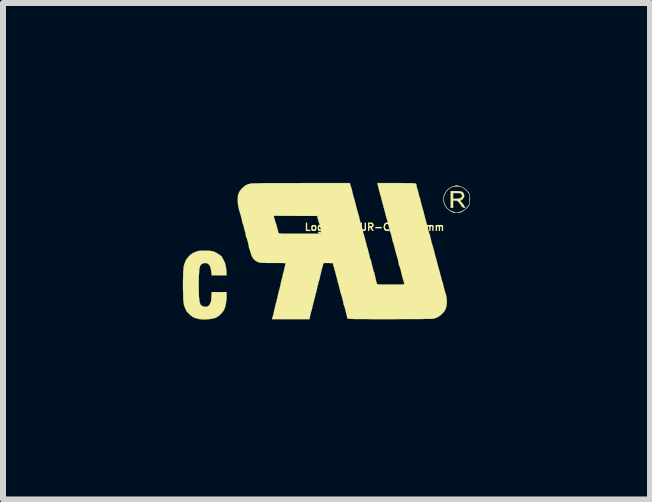
<source format=kicad_pcb>
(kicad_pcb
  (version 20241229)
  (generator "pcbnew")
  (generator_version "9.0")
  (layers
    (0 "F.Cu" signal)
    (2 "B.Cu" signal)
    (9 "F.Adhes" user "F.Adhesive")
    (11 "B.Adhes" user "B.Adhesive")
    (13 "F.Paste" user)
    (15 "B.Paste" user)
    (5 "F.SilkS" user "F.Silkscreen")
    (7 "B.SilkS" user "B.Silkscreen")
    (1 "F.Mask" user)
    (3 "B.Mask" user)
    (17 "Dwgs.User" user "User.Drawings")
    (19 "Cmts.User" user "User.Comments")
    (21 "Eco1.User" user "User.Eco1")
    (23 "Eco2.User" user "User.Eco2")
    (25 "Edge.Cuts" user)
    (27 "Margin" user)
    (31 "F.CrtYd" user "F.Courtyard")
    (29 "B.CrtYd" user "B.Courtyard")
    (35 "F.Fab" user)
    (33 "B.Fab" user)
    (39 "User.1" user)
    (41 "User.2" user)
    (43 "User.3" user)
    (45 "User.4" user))
  (footprint "Logo_silk_UR-C_5x2.5mm"
    (layer "F.Cu")
    (at 2.394 1.137)
    (property "Reference" "Logo_silk_UR-C_5x2.5mm" (at 0.8 -0.4 0) (layer "F.SilkS") (effects (font (size 0.119 0.119) (thickness 0.023))))
    (attr through_hole)
    (fp_poly (pts (xy 2.316 -0.729) (xy 2.311 -0.724) (xy 2.299 -0.724) (xy 2.281 -0.726) (xy 2.268 -0.732) (xy 2.266 -0.734) (xy 2.253 -0.749) (xy 2.243 -0.765) (xy 2.233 -0.782) (xy 2.217 -0.8) (xy 2.207 -0.813) (xy 2.189 -0.831) (xy 2.177 -0.838) (xy 2.162 -0.841) (xy 2.144 -0.841) (xy 2.111 -0.841) (xy 2.111 -0.782) (xy 2.111 -0.721) (xy 2.09 -0.721) (xy 2.07 -0.721) (xy 2.07 -0.861) (xy 2.07 -1.001) (xy 2.151 -1.001) (xy 2.195 -1.001) (xy 2.228 -0.998) (xy 2.253 -0.991) (xy 2.271 -0.983) (xy 2.283 -0.968) (xy 2.286 -0.963) (xy 2.296 -0.93) (xy 2.294 -0.902) (xy 2.276 -0.874) (xy 2.261 -0.859) (xy 2.261 -0.917) (xy 2.258 -0.937) (xy 2.248 -0.95) (xy 2.238 -0.96) (xy 2.228 -0.965) (xy 2.215 -0.968) (xy 2.195 -0.968) (xy 2.172 -0.968) (xy 2.111 -0.968) (xy 2.111 -0.919) (xy 2.111 -0.871) (xy 2.162 -0.874) (xy 2.189 -0.874) (xy 2.215 -0.879) (xy 2.23 -0.881) (xy 2.253 -0.899) (xy 2.261 -0.917) (xy 2.261 -0.859) (xy 2.245 -0.848) (xy 2.24 -0.846) (xy 2.233 -0.843) (xy 2.23 -0.838) (xy 2.235 -0.831) (xy 2.25 -0.815) (xy 2.253 -0.813) (xy 2.271 -0.792) (xy 2.286 -0.772) (xy 2.291 -0.759) (xy 2.301 -0.744) (xy 2.309 -0.737) (xy 2.316 -0.732) (xy 2.316 -0.729)) (stroke (width 0.003) (type solid)) (fill yes) (layer "F.SilkS"))
    (fp_poly (pts (xy 2.393 -0.869) (xy 2.39 -0.823) (xy 2.385 -0.787) (xy 2.385 -0.861) (xy 2.385 -0.866) (xy 2.385 -0.899) (xy 2.385 -0.922) (xy 2.383 -0.937) (xy 2.377 -0.953) (xy 2.37 -0.965) (xy 2.367 -0.968) (xy 2.347 -0.993) (xy 2.322 -1.021) (xy 2.291 -1.046) (xy 2.261 -1.064) (xy 2.256 -1.067) (xy 2.23 -1.074) (xy 2.195 -1.077) (xy 2.156 -1.077) (xy 2.121 -1.074) (xy 2.088 -1.064) (xy 2.08 -1.062) (xy 2.04 -1.036) (xy 2.004 -1.001) (xy 1.976 -0.955) (xy 1.958 -0.904) (xy 1.953 -0.859) (xy 1.961 -0.813) (xy 1.981 -0.765) (xy 2.009 -0.721) (xy 2.019 -0.711) (xy 2.04 -0.691) (xy 2.068 -0.676) (xy 2.093 -0.663) (xy 2.116 -0.655) (xy 2.121 -0.655) (xy 2.134 -0.653) (xy 2.141 -0.65) (xy 2.149 -0.645) (xy 2.167 -0.643) (xy 2.174 -0.643) (xy 2.192 -0.645) (xy 2.205 -0.648) (xy 2.207 -0.65) (xy 2.215 -0.655) (xy 2.225 -0.655) (xy 2.248 -0.66) (xy 2.273 -0.676) (xy 2.304 -0.693) (xy 2.332 -0.719) (xy 2.355 -0.744) (xy 2.367 -0.762) (xy 2.375 -0.777) (xy 2.38 -0.79) (xy 2.383 -0.808) (xy 2.385 -0.828) (xy 2.385 -0.861) (xy 2.385 -0.787) (xy 2.375 -0.757) (xy 2.357 -0.732) (xy 2.332 -0.709) (xy 2.294 -0.681) (xy 2.286 -0.673) (xy 2.261 -0.658) (xy 2.243 -0.648) (xy 2.225 -0.643) (xy 2.202 -0.64) (xy 2.189 -0.64) (xy 2.164 -0.64) (xy 2.139 -0.64) (xy 2.123 -0.64) (xy 2.101 -0.648) (xy 2.073 -0.663) (xy 2.042 -0.683) (xy 2.019 -0.704) (xy 2.009 -0.711) (xy 1.984 -0.744) (xy 1.963 -0.785) (xy 1.951 -0.828) (xy 1.948 -0.843) (xy 1.948 -0.886) (xy 1.958 -0.93) (xy 1.979 -0.975) (xy 2.007 -1.013) (xy 2.019 -1.026) (xy 2.045 -1.046) (xy 2.073 -1.064) (xy 2.101 -1.077) (xy 2.121 -1.082) (xy 2.136 -1.085) (xy 2.141 -1.087) (xy 2.149 -1.092) (xy 2.167 -1.095) (xy 2.187 -1.095) (xy 2.202 -1.09) (xy 2.207 -1.087) (xy 2.223 -1.082) (xy 2.243 -1.077) (xy 2.245 -1.074) (xy 2.268 -1.064) (xy 2.296 -1.049) (xy 2.324 -1.026) (xy 2.349 -1.001) (xy 2.37 -0.978) (xy 2.377 -0.965) (xy 2.385 -0.95) (xy 2.388 -0.935) (xy 2.39 -0.912) (xy 2.393 -0.884) (xy 2.393 -0.869)) (stroke (width 0.003) (type solid)) (fill yes) (layer "F.SilkS"))
    (fp_poly (pts (xy -1.664 0.404) (xy -1.791 0.404) (xy -1.915 0.404) (xy -1.92 0.348) (xy -1.928 0.302) (xy -1.938 0.262) (xy -1.956 0.231) (xy -1.976 0.211) (xy -1.986 0.206) (xy -2.022 0.198) (xy -2.052 0.203) (xy -2.08 0.216) (xy -2.101 0.236) (xy -2.106 0.246) (xy -2.113 0.272) (xy -2.121 0.307) (xy -2.123 0.358) (xy -2.129 0.417) (xy -2.129 0.485) (xy -2.131 0.556) (xy -2.129 0.635) (xy -2.129 0.704) (xy -2.126 0.762) (xy -2.121 0.808) (xy -2.116 0.843) (xy -2.108 0.871) (xy -2.101 0.889) (xy -2.093 0.899) (xy -2.068 0.917) (xy -2.037 0.927) (xy -2.004 0.927) (xy -1.984 0.922) (xy -1.966 0.912) (xy -1.951 0.894) (xy -1.941 0.876) (xy -1.938 0.869) (xy -1.933 0.856) (xy -1.93 0.853) (xy -1.928 0.846) (xy -1.923 0.828) (xy -1.92 0.798) (xy -1.92 0.767) (xy -1.915 0.683) (xy -1.791 0.683) (xy -1.666 0.683) (xy -1.666 0.744) (xy -1.666 0.79) (xy -1.671 0.838) (xy -1.679 0.884) (xy -1.687 0.925) (xy -1.694 0.945) (xy -1.714 0.991) (xy -1.748 1.034) (xy -1.786 1.072) (xy -1.829 1.102) (xy -1.839 1.107) (xy -1.864 1.118) (xy -1.9 1.125) (xy -1.943 1.133) (xy -1.989 1.138) (xy -2.035 1.14) (xy -2.078 1.138) (xy -2.113 1.135) (xy -2.123 1.133) (xy -2.154 1.125) (xy -2.184 1.118) (xy -2.21 1.107) (xy -2.23 1.1) (xy -2.238 1.092) (xy -2.238 1.09) (xy -2.248 1.082) (xy -2.253 1.082) (xy -2.261 1.077) (xy -2.273 1.064) (xy -2.291 1.049) (xy -2.309 1.029) (xy -2.327 1.011) (xy -2.337 0.998) (xy -2.342 0.988) (xy -2.344 0.98) (xy -2.352 0.963) (xy -2.355 0.958) (xy -2.362 0.94) (xy -2.365 0.93) (xy -2.367 0.93) (xy -2.37 0.919) (xy -2.37 0.914) (xy -2.377 0.897) (xy -2.38 0.874) (xy -2.385 0.846) (xy -2.388 0.808) (xy -2.39 0.762) (xy -2.39 0.704) (xy -2.393 0.638) (xy -2.393 0.566) (xy -2.393 0.483) (xy -2.39 0.411) (xy -2.39 0.351) (xy -2.385 0.302) (xy -2.383 0.264) (xy -2.377 0.239) (xy -2.372 0.221) (xy -2.37 0.216) (xy -2.367 0.206) (xy -2.365 0.206) (xy -2.355 0.17) (xy -2.332 0.132) (xy -2.304 0.097) (xy -2.273 0.064) (xy -2.24 0.041) (xy -2.228 0.033) (xy -2.195 0.018) (xy -2.172 0.008) (xy -2.156 0.003) (xy -2.154 0.003) (xy -2.141 0) (xy -2.134 -0.003) (xy -2.121 -0.005) (xy -2.098 -0.008) (xy -2.068 -0.008) (xy -2.037 -0.008) (xy -2.002 -0.008) (xy -1.971 -0.008) (xy -1.946 -0.005) (xy -1.928 -0.003) (xy -1.923 0) (xy -1.913 0.003) (xy -1.908 0) (xy -1.9 0) (xy -1.89 0.003) (xy -1.875 0.01) (xy -1.854 0.02) (xy -1.836 0.028) (xy -1.814 0.041) (xy -1.791 0.056) (xy -1.77 0.071) (xy -1.753 0.086) (xy -1.74 0.099) (xy -1.737 0.107) (xy -1.735 0.114) (xy -1.727 0.13) (xy -1.717 0.145) (xy -1.694 0.193) (xy -1.679 0.251) (xy -1.669 0.32) (xy -1.669 0.335) (xy -1.664 0.404)) (stroke (width 0.003) (type solid)) (fill yes) (layer "F.SilkS"))
    (fp_poly (pts (xy 2.007 0.841) (xy 2.004 0.899) (xy 1.991 0.953) (xy 1.976 0.986) (xy 1.943 1.031) (xy 1.902 1.069) (xy 1.854 1.102) (xy 1.801 1.123) (xy 1.775 1.128) (xy 1.763 1.128) (xy 1.735 1.13) (xy 1.699 1.13) (xy 1.648 1.13) (xy 1.59 1.133) (xy 1.519 1.133) (xy 1.44 1.133) (xy 1.351 1.133) (xy 1.255 1.133) (xy 1.151 1.135) (xy 1.049 1.135) (xy 0.937 1.135) (xy 0.838 1.135) (xy 0.749 1.135) (xy 0.673 1.133) (xy 0.607 1.133) (xy 0.551 1.133) (xy 0.503 1.133) (xy 0.462 1.133) (xy 0.429 1.13) (xy 0.404 1.13) (xy 0.384 1.128) (xy 0.368 1.128) (xy 0.358 1.125) (xy 0.351 1.123) (xy 0.348 1.12) (xy 0.345 1.118) (xy 0.343 1.113) (xy 0.343 1.107) (xy 0.343 1.097) (xy 0.338 1.074) (xy 0.33 1.046) (xy 0.323 1.016) (xy 0.315 0.983) (xy 0.307 0.953) (xy 0.3 0.93) (xy 0.295 0.912) (xy 0.287 0.894) (xy 0.284 0.884) (xy 0.284 0.881) (xy 0.282 0.871) (xy 0.279 0.851) (xy 0.272 0.823) (xy 0.264 0.795) (xy 0.259 0.767) (xy 0.251 0.742) (xy 0.246 0.724) (xy 0.244 0.719) (xy 0.239 0.706) (xy 0.231 0.681) (xy 0.224 0.648) (xy 0.213 0.607) (xy 0.203 0.561) (xy 0.198 0.541) (xy 0.193 0.528) (xy 0.191 0.523) (xy 0.185 0.518) (xy 0.185 0.511) (xy 0.185 0.495) (xy 0.183 0.49) (xy 0.18 0.48) (xy 0.175 0.46) (xy 0.168 0.432) (xy 0.16 0.404) (xy 0.152 0.373) (xy 0.147 0.348) (xy 0.14 0.328) (xy 0.137 0.32) (xy 0.132 0.31) (xy 0.135 0.305) (xy 0.135 0.297) (xy 0.132 0.297) (xy 0.13 0.29) (xy 0.124 0.272) (xy 0.117 0.249) (xy 0.107 0.201) (xy 0.028 0.198) (xy -0.005 0.198) (xy -0.028 0.198) (xy -0.043 0.201) (xy -0.051 0.208) (xy -0.058 0.221) (xy -0.061 0.241) (xy -0.066 0.262) (xy -0.071 0.282) (xy -0.076 0.297) (xy -0.076 0.3) (xy -0.076 -0.295) (xy -0.084 -0.305) (xy -0.084 -0.307) (xy -0.086 -0.32) (xy -0.091 -0.34) (xy -0.097 -0.368) (xy -0.104 -0.399) (xy -0.112 -0.429) (xy -0.119 -0.457) (xy -0.127 -0.48) (xy -0.132 -0.493) (xy -0.132 -0.495) (xy -0.137 -0.508) (xy -0.135 -0.513) (xy -0.135 -0.521) (xy -0.137 -0.523) (xy -0.142 -0.528) (xy -0.147 -0.544) (xy -0.15 -0.554) (xy -0.155 -0.587) (xy -0.518 -0.587) (xy -0.881 -0.589) (xy -0.864 -0.526) (xy -0.856 -0.498) (xy -0.848 -0.475) (xy -0.843 -0.46) (xy -0.843 -0.457) (xy -0.838 -0.45) (xy -0.833 -0.432) (xy -0.831 -0.417) (xy -0.823 -0.389) (xy -0.813 -0.356) (xy -0.81 -0.343) (xy -0.805 -0.323) (xy -0.8 -0.305) (xy -0.798 -0.3) (xy -0.795 -0.297) (xy -0.787 -0.295) (xy -0.77 -0.295) (xy -0.747 -0.292) (xy -0.716 -0.292) (xy -0.676 -0.292) (xy -0.625 -0.292) (xy -0.564 -0.292) (xy -0.49 -0.292) (xy -0.432 -0.292) (xy -0.363 -0.292) (xy -0.3 -0.292) (xy -0.244 -0.292) (xy -0.193 -0.292) (xy -0.15 -0.292) (xy -0.114 -0.295) (xy -0.091 -0.295) (xy -0.079 -0.295) (xy -0.076 -0.295) (xy -0.076 0.3) (xy -0.079 0.305) (xy -0.081 0.312) (xy -0.086 0.33) (xy -0.091 0.356) (xy -0.099 0.389) (xy -0.104 0.411) (xy -0.112 0.445) (xy -0.119 0.478) (xy -0.127 0.5) (xy -0.132 0.516) (xy -0.135 0.518) (xy -0.137 0.526) (xy -0.137 0.531) (xy -0.135 0.544) (xy -0.137 0.546) (xy -0.142 0.556) (xy -0.147 0.574) (xy -0.152 0.602) (xy -0.16 0.632) (xy -0.16 0.635) (xy -0.168 0.668) (xy -0.175 0.696) (xy -0.18 0.714) (xy -0.185 0.724) (xy -0.188 0.737) (xy -0.185 0.739) (xy -0.188 0.752) (xy -0.191 0.757) (xy -0.193 0.767) (xy -0.198 0.787) (xy -0.206 0.813) (xy -0.213 0.846) (xy -0.218 0.861) (xy -0.226 0.897) (xy -0.234 0.927) (xy -0.239 0.953) (xy -0.244 0.968) (xy -0.244 0.973) (xy -0.249 0.983) (xy -0.254 1.006) (xy -0.262 1.031) (xy -0.264 1.044) (xy -0.272 1.072) (xy -0.277 1.097) (xy -0.279 1.115) (xy -0.282 1.12) (xy -0.284 1.135) (xy -0.597 1.135) (xy -0.909 1.135) (xy -0.904 1.113) (xy -0.899 1.095) (xy -0.894 1.085) (xy -0.892 1.077) (xy -0.886 1.057) (xy -0.881 1.029) (xy -0.874 0.996) (xy -0.864 0.96) (xy -0.856 0.922) (xy -0.851 0.894) (xy -0.848 0.879) (xy -0.843 0.866) (xy -0.838 0.856) (xy -0.833 0.838) (xy -0.828 0.81) (xy -0.82 0.777) (xy -0.815 0.759) (xy -0.808 0.724) (xy -0.8 0.691) (xy -0.795 0.665) (xy -0.79 0.65) (xy -0.787 0.645) (xy -0.785 0.635) (xy -0.78 0.615) (xy -0.772 0.584) (xy -0.765 0.551) (xy -0.762 0.536) (xy -0.754 0.5) (xy -0.747 0.47) (xy -0.739 0.445) (xy -0.737 0.429) (xy -0.734 0.424) (xy -0.729 0.411) (xy -0.732 0.406) (xy -0.732 0.399) (xy -0.729 0.394) (xy -0.726 0.386) (xy -0.721 0.366) (xy -0.714 0.34) (xy -0.706 0.307) (xy -0.706 0.305) (xy -0.699 0.272) (xy -0.691 0.244) (xy -0.686 0.224) (xy -0.683 0.213) (xy -0.681 0.213) (xy -0.678 0.206) (xy -0.681 0.203) (xy -0.688 0.201) (xy -0.706 0.201) (xy -0.737 0.198) (xy -0.775 0.198) (xy -0.818 0.198) (xy -0.866 0.198) (xy -0.886 0.198) (xy -0.937 0.198) (xy -0.988 0.198) (xy -1.031 0.196) (xy -1.069 0.196) (xy -1.1 0.193) (xy -1.118 0.191) (xy -1.12 0.191) (xy -1.156 0.178) (xy -1.191 0.155) (xy -1.222 0.124) (xy -1.245 0.086) (xy -1.26 0.048) (xy -1.262 0.033) (xy -1.267 0.015) (xy -1.273 0.005) (xy -1.273 0.003) (xy -1.278 -0.003) (xy -1.275 -0.013) (xy -1.275 -0.023) (xy -1.278 -0.025) (xy -1.285 -0.03) (xy -1.288 -0.046) (xy -1.29 -0.046) (xy -1.295 -0.074) (xy -1.3 -0.104) (xy -1.308 -0.137) (xy -1.316 -0.168) (xy -1.323 -0.193) (xy -1.328 -0.211) (xy -1.333 -0.221) (xy -1.339 -0.231) (xy -1.344 -0.249) (xy -1.344 -0.251) (xy -1.349 -0.282) (xy -1.356 -0.318) (xy -1.367 -0.351) (xy -1.374 -0.381) (xy -1.379 -0.406) (xy -1.384 -0.424) (xy -1.387 -0.427) (xy -1.389 -0.439) (xy -1.397 -0.46) (xy -1.405 -0.488) (xy -1.412 -0.521) (xy -1.412 -0.531) (xy -1.422 -0.564) (xy -1.43 -0.597) (xy -1.438 -0.622) (xy -1.443 -0.638) (xy -1.443 -0.64) (xy -1.453 -0.668) (xy -1.463 -0.706) (xy -1.471 -0.752) (xy -1.478 -0.795) (xy -1.481 -0.838) (xy -1.481 -0.861) (xy -1.478 -0.917) (xy -1.466 -0.963) (xy -1.445 -1.003) (xy -1.412 -1.044) (xy -1.407 -1.049) (xy -1.364 -1.087) (xy -1.316 -1.113) (xy -1.26 -1.128) (xy -1.257 -1.128) (xy -1.245 -1.128) (xy -1.219 -1.13) (xy -1.181 -1.13) (xy -1.13 -1.13) (xy -1.067 -1.133) (xy -0.996 -1.133) (xy -0.912 -1.133) (xy -0.815 -1.133) (xy -0.714 -1.133) (xy -0.599 -1.133) (xy -0.478 -1.133) (xy -0.411 -1.135) (xy 0.391 -1.135) (xy 0.394 -1.115) (xy 0.399 -1.1) (xy 0.404 -1.092) (xy 0.406 -1.079) (xy 0.406 -1.077) (xy 0.411 -1.067) (xy 0.411 -1.062) (xy 0.414 -1.052) (xy 0.422 -1.031) (xy 0.427 -1.003) (xy 0.434 -0.97) (xy 0.437 -0.965) (xy 0.445 -0.932) (xy 0.452 -0.902) (xy 0.46 -0.879) (xy 0.462 -0.866) (xy 0.465 -0.866) (xy 0.467 -0.853) (xy 0.472 -0.833) (xy 0.48 -0.805) (xy 0.49 -0.772) (xy 0.49 -0.765) (xy 0.498 -0.732) (xy 0.505 -0.704) (xy 0.513 -0.681) (xy 0.516 -0.668) (xy 0.516 -0.665) (xy 0.521 -0.655) (xy 0.526 -0.632) (xy 0.533 -0.605) (xy 0.544 -0.572) (xy 0.544 -0.569) (xy 0.551 -0.536) (xy 0.559 -0.508) (xy 0.564 -0.485) (xy 0.569 -0.475) (xy 0.569 -0.472) (xy 0.574 -0.462) (xy 0.579 -0.442) (xy 0.587 -0.414) (xy 0.594 -0.386) (xy 0.599 -0.356) (xy 0.607 -0.333) (xy 0.61 -0.315) (xy 0.61 -0.31) (xy 0.612 -0.3) (xy 0.62 -0.284) (xy 0.62 -0.282) (xy 0.625 -0.267) (xy 0.632 -0.244) (xy 0.64 -0.213) (xy 0.648 -0.178) (xy 0.65 -0.175) (xy 0.658 -0.142) (xy 0.665 -0.114) (xy 0.671 -0.091) (xy 0.673 -0.079) (xy 0.678 -0.066) (xy 0.681 -0.061) (xy 0.683 -0.051) (xy 0.686 -0.046) (xy 0.688 -0.036) (xy 0.693 -0.015) (xy 0.699 0.01) (xy 0.706 0.036) (xy 0.714 0.066) (xy 0.719 0.091) (xy 0.724 0.109) (xy 0.726 0.119) (xy 0.729 0.132) (xy 0.729 0.137) (xy 0.734 0.145) (xy 0.737 0.145) (xy 0.742 0.15) (xy 0.742 0.155) (xy 0.744 0.165) (xy 0.749 0.188) (xy 0.754 0.213) (xy 0.762 0.244) (xy 0.77 0.274) (xy 0.777 0.302) (xy 0.782 0.325) (xy 0.787 0.338) (xy 0.787 0.34) (xy 0.792 0.348) (xy 0.798 0.368) (xy 0.805 0.396) (xy 0.813 0.429) (xy 0.815 0.445) (xy 0.823 0.478) (xy 0.831 0.508) (xy 0.838 0.531) (xy 0.843 0.546) (xy 0.843 0.549) (xy 0.848 0.551) (xy 0.861 0.554) (xy 0.879 0.554) (xy 0.907 0.556) (xy 0.945 0.556) (xy 0.996 0.556) (xy 1.054 0.556) (xy 1.074 0.556) (xy 1.135 0.556) (xy 1.186 0.556) (xy 1.224 0.556) (xy 1.252 0.556) (xy 1.273 0.554) (xy 1.285 0.554) (xy 1.293 0.551) (xy 1.298 0.549) (xy 1.298 0.546) (xy 1.293 0.531) (xy 1.29 0.513) (xy 1.285 0.498) (xy 1.28 0.488) (xy 1.278 0.478) (xy 1.273 0.46) (xy 1.265 0.432) (xy 1.257 0.401) (xy 1.255 0.391) (xy 1.247 0.358) (xy 1.24 0.328) (xy 1.234 0.305) (xy 1.229 0.292) (xy 1.224 0.277) (xy 1.224 0.274) (xy 1.222 0.264) (xy 1.214 0.249) (xy 1.209 0.234) (xy 1.206 0.224) (xy 1.206 0.213) (xy 1.201 0.193) (xy 1.196 0.168) (xy 1.189 0.137) (xy 1.181 0.109) (xy 1.173 0.084) (xy 1.168 0.069) (xy 1.168 0.061) (xy 1.163 0.051) (xy 1.158 0.028) (xy 1.151 0.003) (xy 1.143 -0.028) (xy 1.135 -0.058) (xy 1.128 -0.086) (xy 1.123 -0.109) (xy 1.12 -0.119) (xy 1.12 -0.122) (xy 1.118 -0.13) (xy 1.115 -0.132) (xy 1.113 -0.137) (xy 1.107 -0.152) (xy 1.102 -0.17) (xy 1.09 -0.224) (xy 1.079 -0.267) (xy 1.069 -0.3) (xy 1.064 -0.32) (xy 1.062 -0.328) (xy 1.057 -0.338) (xy 1.052 -0.361) (xy 1.044 -0.389) (xy 1.036 -0.422) (xy 1.034 -0.427) (xy 1.026 -0.46) (xy 1.019 -0.49) (xy 1.013 -0.513) (xy 1.008 -0.526) (xy 1.003 -0.538) (xy 0.998 -0.559) (xy 0.991 -0.587) (xy 0.983 -0.62) (xy 0.98 -0.625) (xy 0.973 -0.658) (xy 0.965 -0.686) (xy 0.96 -0.709) (xy 0.955 -0.719) (xy 0.953 -0.721) (xy 0.95 -0.734) (xy 0.95 -0.739) (xy 0.95 -0.749) (xy 0.947 -0.754) (xy 0.945 -0.762) (xy 0.94 -0.78) (xy 0.932 -0.805) (xy 0.925 -0.836) (xy 0.917 -0.866) (xy 0.912 -0.892) (xy 0.907 -0.909) (xy 0.902 -0.919) (xy 0.899 -0.93) (xy 0.899 -0.932) (xy 0.894 -0.942) (xy 0.894 -0.947) (xy 0.892 -0.958) (xy 0.886 -0.978) (xy 0.879 -1.003) (xy 0.871 -1.036) (xy 0.864 -1.067) (xy 0.856 -1.097) (xy 0.851 -1.12) (xy 0.848 -1.135) (xy 1.163 -1.135) (xy 1.24 -1.135) (xy 1.3 -1.133) (xy 1.351 -1.133) (xy 1.392 -1.133) (xy 1.425 -1.133) (xy 1.45 -1.13) (xy 1.468 -1.13) (xy 1.478 -1.128) (xy 1.486 -1.128) (xy 1.491 -1.125) (xy 1.499 -1.113) (xy 1.499 -1.105) (xy 1.501 -1.092) (xy 1.501 -1.087) (xy 1.504 -1.077) (xy 1.509 -1.057) (xy 1.516 -1.031) (xy 1.524 -1.006) (xy 1.532 -0.975) (xy 1.537 -0.95) (xy 1.542 -0.932) (xy 1.544 -0.925) (xy 1.547 -0.912) (xy 1.547 -0.907) (xy 1.549 -0.897) (xy 1.552 -0.894) (xy 1.56 -0.889) (xy 1.56 -0.884) (xy 1.562 -0.874) (xy 1.565 -0.853) (xy 1.572 -0.826) (xy 1.58 -0.795) (xy 1.587 -0.765) (xy 1.595 -0.737) (xy 1.6 -0.714) (xy 1.605 -0.701) (xy 1.605 -0.699) (xy 1.61 -0.688) (xy 1.615 -0.665) (xy 1.623 -0.638) (xy 1.631 -0.605) (xy 1.633 -0.599) (xy 1.641 -0.566) (xy 1.648 -0.538) (xy 1.654 -0.516) (xy 1.659 -0.503) (xy 1.661 -0.493) (xy 1.666 -0.472) (xy 1.674 -0.445) (xy 1.681 -0.411) (xy 1.687 -0.401) (xy 1.694 -0.366) (xy 1.702 -0.338) (xy 1.707 -0.318) (xy 1.709 -0.305) (xy 1.712 -0.305) (xy 1.714 -0.297) (xy 1.72 -0.279) (xy 1.727 -0.257) (xy 1.732 -0.229) (xy 1.74 -0.201) (xy 1.745 -0.175) (xy 1.75 -0.155) (xy 1.753 -0.145) (xy 1.755 -0.135) (xy 1.76 -0.117) (xy 1.765 -0.102) (xy 1.773 -0.079) (xy 1.781 -0.048) (xy 1.791 -0.013) (xy 1.796 0.003) (xy 1.803 0.038) (xy 1.811 0.069) (xy 1.819 0.094) (xy 1.824 0.112) (xy 1.824 0.114) (xy 1.829 0.127) (xy 1.834 0.147) (xy 1.841 0.175) (xy 1.849 0.208) (xy 1.852 0.216) (xy 1.859 0.249) (xy 1.867 0.277) (xy 1.875 0.3) (xy 1.877 0.312) (xy 1.877 0.315) (xy 1.882 0.325) (xy 1.887 0.348) (xy 1.895 0.376) (xy 1.902 0.406) (xy 1.905 0.411) (xy 1.913 0.442) (xy 1.92 0.472) (xy 1.925 0.493) (xy 1.93 0.505) (xy 1.935 0.518) (xy 1.941 0.538) (xy 1.948 0.569) (xy 1.956 0.602) (xy 1.958 0.61) (xy 1.966 0.643) (xy 1.974 0.671) (xy 1.981 0.693) (xy 1.984 0.706) (xy 1.989 0.716) (xy 1.994 0.734) (xy 1.999 0.759) (xy 2.002 0.777) (xy 2.007 0.841)) (stroke (width 0.003) (type solid)) (fill yes) (layer "F.SilkS")))
  (gr_rect
    (start -3 -3)
    (end 7.788 5.278)
    (stroke (width 0.1) (type default))
    (fill no)
    (layer "Edge.Cuts")))
</source>
